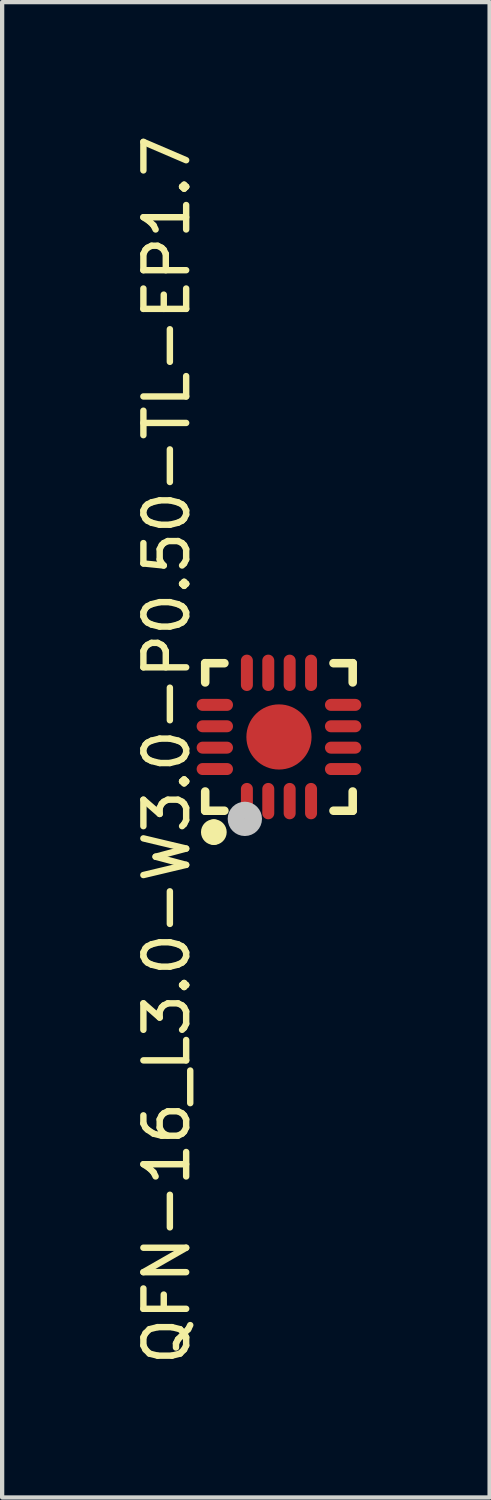
<source format=kicad_pcb>
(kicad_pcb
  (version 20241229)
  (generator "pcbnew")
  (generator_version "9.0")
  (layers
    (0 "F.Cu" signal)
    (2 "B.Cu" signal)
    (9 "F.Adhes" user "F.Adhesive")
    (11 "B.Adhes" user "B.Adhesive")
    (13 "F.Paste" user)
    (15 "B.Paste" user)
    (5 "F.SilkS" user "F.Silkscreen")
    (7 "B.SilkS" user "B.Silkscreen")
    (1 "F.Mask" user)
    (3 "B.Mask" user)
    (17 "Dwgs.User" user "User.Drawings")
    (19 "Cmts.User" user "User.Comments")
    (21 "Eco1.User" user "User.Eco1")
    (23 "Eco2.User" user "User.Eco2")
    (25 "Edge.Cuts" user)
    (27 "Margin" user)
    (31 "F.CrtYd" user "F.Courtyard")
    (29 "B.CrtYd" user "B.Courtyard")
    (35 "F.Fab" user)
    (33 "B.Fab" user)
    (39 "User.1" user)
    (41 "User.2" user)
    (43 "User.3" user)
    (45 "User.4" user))
  (footprint "QFN-16_L3.0-W3.0-P0.50-TL-EP1.7"
    (layer "F.Cu")
    (at 3.473 14.182)
    (property "Reference" "QFN-16_L3.0-W3.0-P0.50-TL-EP1.7" (at -2.625 0.3 90) (layer "F.SilkS") (effects (font (size 1 1) (thickness 0.15))))
    (fp_line (start -1.725 -1.725) (end -1.276 -1.725) (stroke (width 0.2) (type default)) (layer "F.SilkS"))
    (fp_line (start -1.725 -1.275) (end -1.725 -1.725) (stroke (width 0.2) (type default)) (layer "F.SilkS"))
    (fp_line (start -1.725 1.725) (end -1.725 1.275) (stroke (width 0.2) (type default)) (layer "F.SilkS"))
    (fp_line (start -1.276 1.725) (end -1.725 1.725) (stroke (width 0.2) (type default)) (layer "F.SilkS"))
    (fp_line (start 1.724 -1.725) (end 1.275 -1.725) (stroke (width 0.2) (type default)) (layer "F.SilkS"))
    (fp_line (start 1.724 -1.275) (end 1.724 -1.725) (stroke (width 0.2) (type default)) (layer "F.SilkS"))
    (fp_line (start 1.724 1.275) (end 1.724 1.725) (stroke (width 0.2) (type default)) (layer "F.SilkS"))
    (fp_line (start 1.724 1.725) (end 1.275 1.725) (stroke (width 0.2) (type default)) (layer "F.SilkS"))
    (fp_arc (start -1.523 2.375) (mid -1.672999 2.2255) (end -1.524 2.075) (stroke (width 0.3) (type default)) (layer "F.SilkS"))
    (fp_arc (start -1.5215 2.075) (mid -1.372994 2.22575) (end -1.523 2.375) (stroke (width 0.3) (type default)) (layer "F.SilkS"))
    (fp_poly (pts (xy -0.75 0.415) (xy -0.415 0.75) (xy 0.75 0.75) (xy 0.75 -0.75) (xy -0.75 -0.75)) (stroke (width 0) (type default)) (fill yes) (layer "F.Paste"))
    (fp_poly (pts (xy -1.925 -0.761) (xy -1.925 -0.754) (xy -1.925 -0.747) (xy -1.925 -0.739) (xy -1.923 -0.731) (xy -1.923 -0.724) (xy -1.921 -0.716) (xy -1.919 -0.709) (xy -1.916 -0.701) (xy -1.913 -0.694) (xy -1.91 -0.687) (xy -1.906 -0.68) (xy -1.902 -0.673) (xy -1.898 -0.667) (xy -1.893 -0.661) (xy -1.888 -0.655) (xy -1.883 -0.65) (xy -1.877 -0.644) (xy -1.871 -0.639) (xy -1.865 -0.635) (xy -1.859 -0.631) (xy -1.851 -0.627) (xy -1.845 -0.624) (xy -1.837 -0.621) (xy -1.831 -0.618) (xy -1.823 -0.616) (xy -1.815 -0.614) (xy -1.808 -0.612) (xy -1.8 -0.611) (xy -1.792 -0.611) (xy -1.785 -0.61) (xy -1.215 -0.61) (xy -1.208 -0.611) (xy -1.2 -0.611) (xy -1.192 -0.612) (xy -1.185 -0.614) (xy -1.177 -0.616) (xy -1.169 -0.618) (xy -1.163 -0.621) (xy -1.155 -0.624) (xy -1.149 -0.627) (xy -1.141 -0.631) (xy -1.135 -0.635) (xy -1.129 -0.639) (xy -1.123 -0.644) (xy -1.117 -0.65) (xy -1.112 -0.655) (xy -1.107 -0.661) (xy -1.102 -0.667) (xy -1.098 -0.673) (xy -1.093 -0.68) (xy -1.09 -0.687) (xy -1.087 -0.694) (xy -1.084 -0.701) (xy -1.081 -0.709) (xy -1.079 -0.716) (xy -1.077 -0.724) (xy -1.077 -0.731) (xy -1.075 -0.739) (xy -1.075 -0.747) (xy -1.075 -0.754) (xy -1.075 -0.761) (xy -1.077 -0.769) (xy -1.077 -0.777) (xy -1.079 -0.784) (xy -1.081 -0.792) (xy -1.084 -0.799) (xy -1.087 -0.806) (xy -1.09 -0.814) (xy -1.093 -0.82) (xy -1.098 -0.827) (xy -1.102 -0.833) (xy -1.107 -0.839) (xy -1.112 -0.845) (xy -1.117 -0.851) (xy -1.123 -0.856) (xy -1.129 -0.861) (xy -1.135 -0.866) (xy -1.141 -0.87) (xy -1.149 -0.874) (xy -1.155 -0.877) (xy -1.163 -0.88) (xy -1.169 -0.882) (xy -1.177 -0.885) (xy -1.185 -0.887) (xy -1.192 -0.888) (xy -1.2 -0.889) (xy -1.208 -0.89) (xy -1.215 -0.89) (xy -1.785 -0.89) (xy -1.792 -0.89) (xy -1.8 -0.889) (xy -1.808 -0.888) (xy -1.815 -0.887) (xy -1.823 -0.885) (xy -1.831 -0.882) (xy -1.837 -0.88) (xy -1.845 -0.877) (xy -1.851 -0.874) (xy -1.859 -0.87) (xy -1.865 -0.866) (xy -1.871 -0.861) (xy -1.877 -0.856) (xy -1.883 -0.851) (xy -1.888 -0.845) (xy -1.893 -0.839) (xy -1.898 -0.833) (xy -1.902 -0.827) (xy -1.906 -0.82) (xy -1.91 -0.814) (xy -1.913 -0.806) (xy -1.916 -0.799) (xy -1.919 -0.792) (xy -1.921 -0.784) (xy -1.923 -0.777) (xy -1.923 -0.769)) (stroke (width 0) (type default)) (fill yes) (layer "F.Paste"))
    (fp_poly (pts (xy -1.925 -0.262) (xy -1.925 -0.254) (xy -1.925 -0.246) (xy -1.925 -0.238) (xy -1.923 -0.231) (xy -1.923 -0.223) (xy -1.921 -0.215) (xy -1.919 -0.208) (xy -1.916 -0.201) (xy -1.913 -0.194) (xy -1.91 -0.187) (xy -1.906 -0.18) (xy -1.902 -0.173) (xy -1.898 -0.167) (xy -1.893 -0.161) (xy -1.888 -0.155) (xy -1.883 -0.149) (xy -1.877 -0.144) (xy -1.871 -0.14) (xy -1.865 -0.135) (xy -1.859 -0.131) (xy -1.851 -0.127) (xy -1.845 -0.123) (xy -1.837 -0.12) (xy -1.831 -0.117) (xy -1.823 -0.116) (xy -1.815 -0.114) (xy -1.808 -0.112) (xy -1.8 -0.111) (xy -1.792 -0.111) (xy -1.785 -0.11) (xy -1.215 -0.11) (xy -1.208 -0.111) (xy -1.2 -0.111) (xy -1.192 -0.112) (xy -1.185 -0.114) (xy -1.177 -0.116) (xy -1.169 -0.117) (xy -1.163 -0.12) (xy -1.155 -0.123) (xy -1.149 -0.127) (xy -1.141 -0.131) (xy -1.135 -0.135) (xy -1.129 -0.14) (xy -1.123 -0.144) (xy -1.117 -0.149) (xy -1.112 -0.155) (xy -1.107 -0.161) (xy -1.102 -0.167) (xy -1.098 -0.173) (xy -1.093 -0.18) (xy -1.09 -0.187) (xy -1.087 -0.194) (xy -1.084 -0.201) (xy -1.081 -0.208) (xy -1.079 -0.215) (xy -1.077 -0.223) (xy -1.077 -0.231) (xy -1.075 -0.238) (xy -1.075 -0.246) (xy -1.075 -0.254) (xy -1.075 -0.262) (xy -1.077 -0.27) (xy -1.077 -0.277) (xy -1.079 -0.284) (xy -1.081 -0.292) (xy -1.084 -0.299) (xy -1.087 -0.306) (xy -1.09 -0.314) (xy -1.093 -0.32) (xy -1.098 -0.327) (xy -1.102 -0.333) (xy -1.107 -0.339) (xy -1.112 -0.345) (xy -1.117 -0.35) (xy -1.123 -0.355) (xy -1.129 -0.36) (xy -1.135 -0.365) (xy -1.141 -0.369) (xy -1.149 -0.373) (xy -1.155 -0.377) (xy -1.163 -0.38) (xy -1.169 -0.383) (xy -1.177 -0.385) (xy -1.185 -0.387) (xy -1.192 -0.388) (xy -1.2 -0.389) (xy -1.208 -0.39) (xy -1.215 -0.39) (xy -1.785 -0.39) (xy -1.792 -0.39) (xy -1.8 -0.389) (xy -1.808 -0.388) (xy -1.815 -0.387) (xy -1.823 -0.385) (xy -1.831 -0.383) (xy -1.837 -0.38) (xy -1.845 -0.377) (xy -1.851 -0.373) (xy -1.859 -0.369) (xy -1.865 -0.365) (xy -1.871 -0.36) (xy -1.877 -0.355) (xy -1.883 -0.35) (xy -1.888 -0.345) (xy -1.893 -0.339) (xy -1.898 -0.333) (xy -1.902 -0.327) (xy -1.906 -0.32) (xy -1.91 -0.314) (xy -1.913 -0.306) (xy -1.916 -0.299) (xy -1.919 -0.292) (xy -1.921 -0.284) (xy -1.923 -0.277) (xy -1.923 -0.27)) (stroke (width 0) (type default)) (fill yes) (layer "F.Paste"))
    (fp_poly (pts (xy -1.925 0.238) (xy -1.925 0.246) (xy -1.925 0.254) (xy -1.925 0.262) (xy -1.923 0.269) (xy -1.923 0.277) (xy -1.921 0.284) (xy -1.919 0.291) (xy -1.916 0.299) (xy -1.913 0.306) (xy -1.91 0.313) (xy -1.906 0.32) (xy -1.902 0.327) (xy -1.898 0.333) (xy -1.893 0.339) (xy -1.888 0.344) (xy -1.883 0.35) (xy -1.877 0.355) (xy -1.871 0.36) (xy -1.865 0.365) (xy -1.859 0.369) (xy -1.851 0.373) (xy -1.845 0.377) (xy -1.837 0.38) (xy -1.831 0.382) (xy -1.823 0.385) (xy -1.815 0.387) (xy -1.808 0.388) (xy -1.8 0.389) (xy -1.792 0.39) (xy -1.785 0.39) (xy -1.215 0.39) (xy -1.208 0.39) (xy -1.2 0.389) (xy -1.192 0.388) (xy -1.185 0.387) (xy -1.177 0.385) (xy -1.169 0.382) (xy -1.163 0.38) (xy -1.155 0.377) (xy -1.149 0.373) (xy -1.141 0.369) (xy -1.135 0.365) (xy -1.129 0.36) (xy -1.123 0.355) (xy -1.117 0.35) (xy -1.112 0.344) (xy -1.107 0.339) (xy -1.102 0.333) (xy -1.098 0.327) (xy -1.093 0.32) (xy -1.09 0.313) (xy -1.087 0.306) (xy -1.084 0.299) (xy -1.081 0.291) (xy -1.079 0.284) (xy -1.077 0.277) (xy -1.077 0.269) (xy -1.075 0.262) (xy -1.075 0.254) (xy -1.075 0.246) (xy -1.075 0.238) (xy -1.077 0.231) (xy -1.077 0.223) (xy -1.079 0.215) (xy -1.081 0.208) (xy -1.084 0.201) (xy -1.087 0.194) (xy -1.09 0.186) (xy -1.093 0.18) (xy -1.098 0.173) (xy -1.102 0.167) (xy -1.107 0.161) (xy -1.112 0.155) (xy -1.117 0.149) (xy -1.123 0.144) (xy -1.129 0.14) (xy -1.135 0.135) (xy -1.141 0.131) (xy -1.149 0.127) (xy -1.155 0.123) (xy -1.163 0.12) (xy -1.169 0.117) (xy -1.177 0.115) (xy -1.185 0.113) (xy -1.192 0.112) (xy -1.2 0.111) (xy -1.208 0.11) (xy -1.215 0.11) (xy -1.785 0.11) (xy -1.792 0.11) (xy -1.8 0.111) (xy -1.808 0.112) (xy -1.815 0.113) (xy -1.823 0.115) (xy -1.831 0.117) (xy -1.837 0.12) (xy -1.845 0.123) (xy -1.851 0.127) (xy -1.859 0.131) (xy -1.865 0.135) (xy -1.871 0.14) (xy -1.877 0.144) (xy -1.883 0.149) (xy -1.888 0.155) (xy -1.893 0.161) (xy -1.898 0.167) (xy -1.902 0.173) (xy -1.906 0.18) (xy -1.91 0.186) (xy -1.913 0.194) (xy -1.916 0.201) (xy -1.919 0.208) (xy -1.921 0.215) (xy -1.923 0.223) (xy -1.923 0.231)) (stroke (width 0) (type default)) (fill yes) (layer "F.Paste"))
    (fp_poly (pts (xy -1.925 0.739) (xy -1.925 0.746) (xy -1.925 0.754) (xy -1.925 0.761) (xy -1.923 0.769) (xy -1.923 0.777) (xy -1.921 0.784) (xy -1.919 0.791) (xy -1.916 0.799) (xy -1.913 0.806) (xy -1.91 0.813) (xy -1.906 0.82) (xy -1.902 0.827) (xy -1.898 0.833) (xy -1.893 0.839) (xy -1.888 0.845) (xy -1.883 0.851) (xy -1.877 0.856) (xy -1.871 0.861) (xy -1.865 0.865) (xy -1.859 0.869) (xy -1.851 0.873) (xy -1.845 0.876) (xy -1.837 0.879) (xy -1.831 0.882) (xy -1.823 0.884) (xy -1.815 0.886) (xy -1.808 0.888) (xy -1.8 0.889) (xy -1.792 0.889) (xy -1.785 0.89) (xy -1.215 0.89) (xy -1.208 0.889) (xy -1.2 0.889) (xy -1.192 0.888) (xy -1.185 0.886) (xy -1.177 0.884) (xy -1.169 0.882) (xy -1.163 0.879) (xy -1.155 0.876) (xy -1.149 0.873) (xy -1.141 0.869) (xy -1.135 0.865) (xy -1.129 0.861) (xy -1.123 0.856) (xy -1.117 0.851) (xy -1.112 0.845) (xy -1.107 0.839) (xy -1.102 0.833) (xy -1.098 0.827) (xy -1.093 0.82) (xy -1.09 0.813) (xy -1.087 0.806) (xy -1.084 0.799) (xy -1.081 0.791) (xy -1.079 0.784) (xy -1.077 0.777) (xy -1.077 0.769) (xy -1.075 0.761) (xy -1.075 0.754) (xy -1.075 0.746) (xy -1.075 0.739) (xy -1.077 0.731) (xy -1.077 0.723) (xy -1.079 0.716) (xy -1.081 0.708) (xy -1.084 0.701) (xy -1.087 0.694) (xy -1.09 0.686) (xy -1.093 0.68) (xy -1.098 0.673) (xy -1.102 0.667) (xy -1.107 0.661) (xy -1.112 0.655) (xy -1.117 0.649) (xy -1.123 0.644) (xy -1.129 0.639) (xy -1.135 0.635) (xy -1.141 0.63) (xy -1.149 0.627) (xy -1.155 0.624) (xy -1.163 0.62) (xy -1.169 0.618) (xy -1.177 0.615) (xy -1.185 0.614) (xy -1.192 0.612) (xy -1.2 0.611) (xy -1.208 0.61) (xy -1.215 0.61) (xy -1.785 0.61) (xy -1.792 0.61) (xy -1.8 0.611) (xy -1.808 0.612) (xy -1.815 0.614) (xy -1.823 0.615) (xy -1.831 0.618) (xy -1.837 0.62) (xy -1.845 0.624) (xy -1.851 0.627) (xy -1.859 0.63) (xy -1.865 0.635) (xy -1.871 0.639) (xy -1.877 0.644) (xy -1.883 0.649) (xy -1.888 0.655) (xy -1.893 0.661) (xy -1.898 0.667) (xy -1.902 0.673) (xy -1.906 0.68) (xy -1.91 0.686) (xy -1.913 0.694) (xy -1.916 0.701) (xy -1.919 0.708) (xy -1.921 0.716) (xy -1.923 0.723) (xy -1.923 0.731)) (stroke (width 0) (type default)) (fill yes) (layer "F.Paste"))
    (fp_poly (pts (xy -0.89 -1.208) (xy -0.889 -1.2) (xy -0.888 -1.192) (xy -0.887 -1.185) (xy -0.885 -1.177) (xy -0.882 -1.169) (xy -0.88 -1.163) (xy -0.877 -1.155) (xy -0.874 -1.149) (xy -0.87 -1.141) (xy -0.866 -1.135) (xy -0.861 -1.129) (xy -0.856 -1.123) (xy -0.851 -1.117) (xy -0.845 -1.112) (xy -0.839 -1.107) (xy -0.833 -1.102) (xy -0.827 -1.098) (xy -0.82 -1.093) (xy -0.814 -1.09) (xy -0.806 -1.087) (xy -0.799 -1.084) (xy -0.792 -1.081) (xy -0.784 -1.079) (xy -0.777 -1.077) (xy -0.769 -1.077) (xy -0.761 -1.075) (xy -0.754 -1.075) (xy -0.747 -1.075) (xy -0.739 -1.075) (xy -0.731 -1.077) (xy -0.724 -1.077) (xy -0.716 -1.079) (xy -0.709 -1.081) (xy -0.701 -1.084) (xy -0.694 -1.087) (xy -0.687 -1.09) (xy -0.68 -1.093) (xy -0.673 -1.098) (xy -0.667 -1.102) (xy -0.661 -1.107) (xy -0.655 -1.112) (xy -0.65 -1.117) (xy -0.644 -1.123) (xy -0.639 -1.129) (xy -0.635 -1.135) (xy -0.631 -1.141) (xy -0.627 -1.149) (xy -0.624 -1.155) (xy -0.621 -1.163) (xy -0.618 -1.169) (xy -0.616 -1.177) (xy -0.614 -1.185) (xy -0.612 -1.192) (xy -0.611 -1.2) (xy -0.611 -1.208) (xy -0.61 -1.215) (xy -0.61 -1.785) (xy -0.611 -1.792) (xy -0.611 -1.8) (xy -0.612 -1.808) (xy -0.614 -1.815) (xy -0.616 -1.823) (xy -0.618 -1.831) (xy -0.621 -1.837) (xy -0.624 -1.845) (xy -0.627 -1.851) (xy -0.631 -1.859) (xy -0.635 -1.865) (xy -0.639 -1.871) (xy -0.644 -1.877) (xy -0.65 -1.883) (xy -0.655 -1.888) (xy -0.661 -1.893) (xy -0.667 -1.898) (xy -0.673 -1.902) (xy -0.68 -1.907) (xy -0.687 -1.91) (xy -0.694 -1.913) (xy -0.701 -1.916) (xy -0.709 -1.919) (xy -0.716 -1.921) (xy -0.724 -1.923) (xy -0.731 -1.923) (xy -0.739 -1.925) (xy -0.747 -1.925) (xy -0.754 -1.925) (xy -0.761 -1.925) (xy -0.769 -1.923) (xy -0.777 -1.923) (xy -0.784 -1.921) (xy -0.792 -1.919) (xy -0.799 -1.916) (xy -0.806 -1.913) (xy -0.814 -1.91) (xy -0.82 -1.907) (xy -0.827 -1.902) (xy -0.833 -1.898) (xy -0.839 -1.893) (xy -0.845 -1.888) (xy -0.851 -1.883) (xy -0.856 -1.877) (xy -0.861 -1.871) (xy -0.866 -1.865) (xy -0.87 -1.859) (xy -0.874 -1.851) (xy -0.877 -1.845) (xy -0.88 -1.837) (xy -0.882 -1.831) (xy -0.885 -1.823) (xy -0.887 -1.815) (xy -0.888 -1.808) (xy -0.889 -1.8) (xy -0.89 -1.792) (xy -0.89 -1.785) (xy -0.89 -1.215)) (stroke (width 0) (type default)) (fill yes) (layer "F.Paste"))
    (fp_poly (pts (xy -0.89 1.792) (xy -0.889 1.8) (xy -0.888 1.808) (xy -0.887 1.815) (xy -0.885 1.823) (xy -0.882 1.831) (xy -0.88 1.837) (xy -0.877 1.845) (xy -0.874 1.851) (xy -0.87 1.859) (xy -0.866 1.865) (xy -0.861 1.871) (xy -0.856 1.877) (xy -0.851 1.883) (xy -0.845 1.888) (xy -0.839 1.893) (xy -0.833 1.898) (xy -0.827 1.902) (xy -0.82 1.906) (xy -0.814 1.91) (xy -0.806 1.913) (xy -0.799 1.916) (xy -0.792 1.919) (xy -0.784 1.921) (xy -0.777 1.923) (xy -0.769 1.923) (xy -0.761 1.925) (xy -0.754 1.925) (xy -0.747 1.925) (xy -0.739 1.925) (xy -0.731 1.923) (xy -0.724 1.923) (xy -0.716 1.921) (xy -0.709 1.919) (xy -0.701 1.916) (xy -0.694 1.913) (xy -0.687 1.91) (xy -0.68 1.906) (xy -0.673 1.902) (xy -0.667 1.898) (xy -0.661 1.893) (xy -0.655 1.888) (xy -0.65 1.883) (xy -0.644 1.877) (xy -0.639 1.871) (xy -0.635 1.865) (xy -0.631 1.859) (xy -0.627 1.851) (xy -0.624 1.845) (xy -0.621 1.837) (xy -0.618 1.831) (xy -0.616 1.823) (xy -0.614 1.815) (xy -0.612 1.808) (xy -0.611 1.8) (xy -0.611 1.792) (xy -0.61 1.785) (xy -0.61 1.215) (xy -0.611 1.208) (xy -0.611 1.2) (xy -0.612 1.192) (xy -0.614 1.185) (xy -0.616 1.177) (xy -0.618 1.169) (xy -0.621 1.163) (xy -0.624 1.155) (xy -0.627 1.149) (xy -0.631 1.141) (xy -0.635 1.135) (xy -0.639 1.129) (xy -0.644 1.123) (xy -0.65 1.117) (xy -0.655 1.112) (xy -0.661 1.107) (xy -0.667 1.102) (xy -0.673 1.098) (xy -0.68 1.093) (xy -0.687 1.09) (xy -0.694 1.087) (xy -0.701 1.084) (xy -0.709 1.081) (xy -0.716 1.079) (xy -0.724 1.077) (xy -0.731 1.077) (xy -0.739 1.075) (xy -0.747 1.075) (xy -0.754 1.075) (xy -0.761 1.075) (xy -0.769 1.077) (xy -0.777 1.077) (xy -0.784 1.079) (xy -0.792 1.081) (xy -0.799 1.084) (xy -0.806 1.087) (xy -0.814 1.09) (xy -0.82 1.093) (xy -0.827 1.098) (xy -0.833 1.102) (xy -0.839 1.107) (xy -0.845 1.112) (xy -0.851 1.117) (xy -0.856 1.123) (xy -0.861 1.129) (xy -0.866 1.135) (xy -0.87 1.141) (xy -0.874 1.149) (xy -0.877 1.155) (xy -0.88 1.163) (xy -0.882 1.169) (xy -0.885 1.177) (xy -0.887 1.185) (xy -0.888 1.192) (xy -0.889 1.2) (xy -0.89 1.208) (xy -0.89 1.215) (xy -0.89 1.785)) (stroke (width 0) (type default)) (fill yes) (layer "F.Paste"))
    (fp_poly (pts (xy -0.39 -1.208) (xy -0.389 -1.2) (xy -0.388 -1.192) (xy -0.387 -1.185) (xy -0.385 -1.177) (xy -0.383 -1.169) (xy -0.38 -1.163) (xy -0.377 -1.155) (xy -0.373 -1.149) (xy -0.369 -1.141) (xy -0.365 -1.135) (xy -0.36 -1.129) (xy -0.355 -1.123) (xy -0.35 -1.117) (xy -0.345 -1.112) (xy -0.339 -1.107) (xy -0.333 -1.102) (xy -0.327 -1.098) (xy -0.32 -1.093) (xy -0.314 -1.09) (xy -0.306 -1.087) (xy -0.299 -1.084) (xy -0.292 -1.081) (xy -0.284 -1.079) (xy -0.277 -1.077) (xy -0.27 -1.077) (xy -0.262 -1.075) (xy -0.254 -1.075) (xy -0.246 -1.075) (xy -0.238 -1.075) (xy -0.231 -1.077) (xy -0.223 -1.077) (xy -0.215 -1.079) (xy -0.208 -1.081) (xy -0.201 -1.084) (xy -0.194 -1.087) (xy -0.187 -1.09) (xy -0.18 -1.093) (xy -0.173 -1.098) (xy -0.167 -1.102) (xy -0.161 -1.107) (xy -0.155 -1.112) (xy -0.149 -1.117) (xy -0.144 -1.123) (xy -0.14 -1.129) (xy -0.135 -1.135) (xy -0.131 -1.141) (xy -0.127 -1.149) (xy -0.123 -1.155) (xy -0.12 -1.163) (xy -0.117 -1.169) (xy -0.116 -1.177) (xy -0.114 -1.185) (xy -0.112 -1.192) (xy -0.111 -1.2) (xy -0.111 -1.208) (xy -0.11 -1.215) (xy -0.11 -1.785) (xy -0.111 -1.792) (xy -0.111 -1.8) (xy -0.112 -1.808) (xy -0.114 -1.815) (xy -0.116 -1.823) (xy -0.117 -1.831) (xy -0.12 -1.837) (xy -0.123 -1.845) (xy -0.127 -1.851) (xy -0.131 -1.859) (xy -0.135 -1.865) (xy -0.14 -1.871) (xy -0.144 -1.877) (xy -0.149 -1.883) (xy -0.155 -1.888) (xy -0.161 -1.893) (xy -0.167 -1.898) (xy -0.173 -1.902) (xy -0.18 -1.907) (xy -0.187 -1.91) (xy -0.194 -1.913) (xy -0.201 -1.916) (xy -0.208 -1.919) (xy -0.215 -1.921) (xy -0.223 -1.923) (xy -0.231 -1.923) (xy -0.238 -1.925) (xy -0.246 -1.925) (xy -0.254 -1.925) (xy -0.262 -1.925) (xy -0.27 -1.923) (xy -0.277 -1.923) (xy -0.284 -1.921) (xy -0.292 -1.919) (xy -0.299 -1.916) (xy -0.306 -1.913) (xy -0.314 -1.91) (xy -0.32 -1.907) (xy -0.327 -1.902) (xy -0.333 -1.898) (xy -0.339 -1.893) (xy -0.345 -1.888) (xy -0.35 -1.883) (xy -0.355 -1.877) (xy -0.36 -1.871) (xy -0.365 -1.865) (xy -0.369 -1.859) (xy -0.373 -1.851) (xy -0.377 -1.845) (xy -0.38 -1.837) (xy -0.383 -1.831) (xy -0.385 -1.823) (xy -0.387 -1.815) (xy -0.388 -1.808) (xy -0.389 -1.8) (xy -0.39 -1.792) (xy -0.39 -1.785) (xy -0.39 -1.215)) (stroke (width 0) (type default)) (fill yes) (layer "F.Paste"))
    (fp_poly (pts (xy -0.39 1.792) (xy -0.389 1.8) (xy -0.388 1.808) (xy -0.387 1.815) (xy -0.385 1.823) (xy -0.383 1.831) (xy -0.38 1.837) (xy -0.377 1.845) (xy -0.373 1.851) (xy -0.369 1.859) (xy -0.365 1.865) (xy -0.36 1.871) (xy -0.355 1.877) (xy -0.35 1.883) (xy -0.345 1.888) (xy -0.339 1.893) (xy -0.333 1.898) (xy -0.327 1.902) (xy -0.32 1.906) (xy -0.314 1.91) (xy -0.306 1.913) (xy -0.299 1.916) (xy -0.292 1.919) (xy -0.284 1.921) (xy -0.277 1.923) (xy -0.27 1.923) (xy -0.262 1.925) (xy -0.254 1.925) (xy -0.246 1.925) (xy -0.238 1.925) (xy -0.231 1.923) (xy -0.223 1.923) (xy -0.215 1.921) (xy -0.208 1.919) (xy -0.201 1.916) (xy -0.194 1.913) (xy -0.187 1.91) (xy -0.18 1.906) (xy -0.173 1.902) (xy -0.167 1.898) (xy -0.161 1.893) (xy -0.155 1.888) (xy -0.149 1.883) (xy -0.144 1.877) (xy -0.14 1.871) (xy -0.135 1.865) (xy -0.131 1.859) (xy -0.127 1.851) (xy -0.123 1.845) (xy -0.12 1.837) (xy -0.117 1.831) (xy -0.116 1.823) (xy -0.114 1.815) (xy -0.112 1.808) (xy -0.111 1.8) (xy -0.111 1.792) (xy -0.11 1.785) (xy -0.11 1.215) (xy -0.111 1.208) (xy -0.111 1.2) (xy -0.112 1.192) (xy -0.114 1.185) (xy -0.116 1.177) (xy -0.117 1.169) (xy -0.12 1.163) (xy -0.123 1.155) (xy -0.127 1.149) (xy -0.131 1.141) (xy -0.135 1.135) (xy -0.14 1.129) (xy -0.144 1.123) (xy -0.149 1.117) (xy -0.155 1.112) (xy -0.161 1.107) (xy -0.167 1.102) (xy -0.173 1.098) (xy -0.18 1.093) (xy -0.187 1.09) (xy -0.194 1.087) (xy -0.201 1.084) (xy -0.208 1.081) (xy -0.215 1.079) (xy -0.223 1.077) (xy -0.231 1.077) (xy -0.238 1.075) (xy -0.246 1.075) (xy -0.254 1.075) (xy -0.262 1.075) (xy -0.27 1.077) (xy -0.277 1.077) (xy -0.284 1.079) (xy -0.292 1.081) (xy -0.299 1.084) (xy -0.306 1.087) (xy -0.314 1.09) (xy -0.32 1.093) (xy -0.327 1.098) (xy -0.333 1.102) (xy -0.339 1.107) (xy -0.345 1.112) (xy -0.35 1.117) (xy -0.355 1.123) (xy -0.36 1.129) (xy -0.365 1.135) (xy -0.369 1.141) (xy -0.373 1.149) (xy -0.377 1.155) (xy -0.38 1.163) (xy -0.383 1.169) (xy -0.385 1.177) (xy -0.387 1.185) (xy -0.388 1.192) (xy -0.389 1.2) (xy -0.39 1.208) (xy -0.39 1.215) (xy -0.39 1.785)) (stroke (width 0) (type default)) (fill yes) (layer "F.Paste"))
    (fp_poly (pts (xy 0.11 -1.208) (xy 0.111 -1.2) (xy 0.112 -1.192) (xy 0.113 -1.185) (xy 0.115 -1.177) (xy 0.117 -1.169) (xy 0.12 -1.163) (xy 0.123 -1.155) (xy 0.127 -1.149) (xy 0.131 -1.141) (xy 0.135 -1.135) (xy 0.14 -1.129) (xy 0.144 -1.123) (xy 0.149 -1.117) (xy 0.155 -1.112) (xy 0.161 -1.107) (xy 0.167 -1.102) (xy 0.173 -1.098) (xy 0.18 -1.093) (xy 0.186 -1.09) (xy 0.194 -1.087) (xy 0.201 -1.084) (xy 0.208 -1.081) (xy 0.215 -1.079) (xy 0.223 -1.077) (xy 0.231 -1.077) (xy 0.238 -1.075) (xy 0.246 -1.075) (xy 0.254 -1.075) (xy 0.262 -1.075) (xy 0.269 -1.077) (xy 0.277 -1.077) (xy 0.284 -1.079) (xy 0.291 -1.081) (xy 0.299 -1.084) (xy 0.306 -1.087) (xy 0.313 -1.09) (xy 0.32 -1.093) (xy 0.327 -1.098) (xy 0.333 -1.102) (xy 0.339 -1.107) (xy 0.344 -1.112) (xy 0.35 -1.117) (xy 0.355 -1.123) (xy 0.36 -1.129) (xy 0.365 -1.135) (xy 0.369 -1.141) (xy 0.373 -1.149) (xy 0.377 -1.155) (xy 0.38 -1.163) (xy 0.382 -1.169) (xy 0.385 -1.177) (xy 0.387 -1.185) (xy 0.388 -1.192) (xy 0.389 -1.2) (xy 0.39 -1.208) (xy 0.39 -1.215) (xy 0.39 -1.785) (xy 0.39 -1.792) (xy 0.389 -1.8) (xy 0.388 -1.808) (xy 0.387 -1.815) (xy 0.385 -1.823) (xy 0.382 -1.831) (xy 0.38 -1.837) (xy 0.377 -1.845) (xy 0.373 -1.851) (xy 0.369 -1.859) (xy 0.365 -1.865) (xy 0.36 -1.871) (xy 0.355 -1.877) (xy 0.35 -1.883) (xy 0.344 -1.888) (xy 0.339 -1.893) (xy 0.333 -1.898) (xy 0.327 -1.902) (xy 0.32 -1.907) (xy 0.313 -1.91) (xy 0.306 -1.913) (xy 0.299 -1.916) (xy 0.291 -1.919) (xy 0.284 -1.921) (xy 0.277 -1.923) (xy 0.269 -1.923) (xy 0.262 -1.925) (xy 0.254 -1.925) (xy 0.246 -1.925) (xy 0.238 -1.925) (xy 0.231 -1.923) (xy 0.223 -1.923) (xy 0.215 -1.921) (xy 0.208 -1.919) (xy 0.201 -1.916) (xy 0.194 -1.913) (xy 0.186 -1.91) (xy 0.18 -1.907) (xy 0.173 -1.902) (xy 0.167 -1.898) (xy 0.161 -1.893) (xy 0.155 -1.888) (xy 0.149 -1.883) (xy 0.144 -1.877) (xy 0.14 -1.871) (xy 0.135 -1.865) (xy 0.131 -1.859) (xy 0.127 -1.851) (xy 0.123 -1.845) (xy 0.12 -1.837) (xy 0.117 -1.831) (xy 0.115 -1.823) (xy 0.113 -1.815) (xy 0.112 -1.808) (xy 0.111 -1.8) (xy 0.11 -1.792) (xy 0.11 -1.785) (xy 0.11 -1.215)) (stroke (width 0) (type default)) (fill yes) (layer "F.Paste"))
    (fp_poly (pts (xy 0.11 1.792) (xy 0.111 1.8) (xy 0.112 1.808) (xy 0.113 1.815) (xy 0.115 1.823) (xy 0.117 1.831) (xy 0.12 1.837) (xy 0.123 1.845) (xy 0.127 1.851) (xy 0.131 1.859) (xy 0.135 1.865) (xy 0.14 1.871) (xy 0.144 1.877) (xy 0.149 1.883) (xy 0.155 1.888) (xy 0.161 1.893) (xy 0.167 1.898) (xy 0.173 1.902) (xy 0.18 1.906) (xy 0.186 1.91) (xy 0.194 1.913) (xy 0.201 1.916) (xy 0.208 1.919) (xy 0.215 1.921) (xy 0.223 1.923) (xy 0.231 1.923) (xy 0.238 1.925) (xy 0.246 1.925) (xy 0.254 1.925) (xy 0.262 1.925) (xy 0.269 1.923) (xy 0.277 1.923) (xy 0.284 1.921) (xy 0.291 1.919) (xy 0.299 1.916) (xy 0.306 1.913) (xy 0.313 1.91) (xy 0.32 1.906) (xy 0.327 1.902) (xy 0.333 1.898) (xy 0.339 1.893) (xy 0.344 1.888) (xy 0.35 1.883) (xy 0.355 1.877) (xy 0.36 1.871) (xy 0.365 1.865) (xy 0.369 1.859) (xy 0.373 1.851) (xy 0.377 1.845) (xy 0.38 1.837) (xy 0.382 1.831) (xy 0.385 1.823) (xy 0.387 1.815) (xy 0.388 1.808) (xy 0.389 1.8) (xy 0.39 1.792) (xy 0.39 1.785) (xy 0.39 1.215) (xy 0.39 1.208) (xy 0.389 1.2) (xy 0.388 1.192) (xy 0.387 1.185) (xy 0.385 1.177) (xy 0.382 1.169) (xy 0.38 1.163) (xy 0.377 1.155) (xy 0.373 1.149) (xy 0.369 1.141) (xy 0.365 1.135) (xy 0.36 1.129) (xy 0.355 1.123) (xy 0.35 1.117) (xy 0.344 1.112) (xy 0.339 1.107) (xy 0.333 1.102) (xy 0.327 1.098) (xy 0.32 1.093) (xy 0.313 1.09) (xy 0.306 1.087) (xy 0.299 1.084) (xy 0.291 1.081) (xy 0.284 1.079) (xy 0.277 1.077) (xy 0.269 1.077) (xy 0.262 1.075) (xy 0.254 1.075) (xy 0.246 1.075) (xy 0.238 1.075) (xy 0.231 1.077) (xy 0.223 1.077) (xy 0.215 1.079) (xy 0.208 1.081) (xy 0.201 1.084) (xy 0.194 1.087) (xy 0.186 1.09) (xy 0.18 1.093) (xy 0.173 1.098) (xy 0.167 1.102) (xy 0.161 1.107) (xy 0.155 1.112) (xy 0.149 1.117) (xy 0.144 1.123) (xy 0.14 1.129) (xy 0.135 1.135) (xy 0.131 1.141) (xy 0.127 1.149) (xy 0.123 1.155) (xy 0.12 1.163) (xy 0.117 1.169) (xy 0.115 1.177) (xy 0.113 1.185) (xy 0.112 1.192) (xy 0.111 1.2) (xy 0.11 1.208) (xy 0.11 1.215) (xy 0.11 1.785)) (stroke (width 0) (type default)) (fill yes) (layer "F.Paste"))
    (fp_poly (pts (xy 0.61 -1.208) (xy 0.611 -1.2) (xy 0.612 -1.192) (xy 0.614 -1.185) (xy 0.615 -1.177) (xy 0.618 -1.169) (xy 0.62 -1.163) (xy 0.624 -1.155) (xy 0.627 -1.149) (xy 0.63 -1.141) (xy 0.635 -1.135) (xy 0.639 -1.129) (xy 0.644 -1.123) (xy 0.649 -1.117) (xy 0.655 -1.112) (xy 0.661 -1.107) (xy 0.667 -1.102) (xy 0.673 -1.098) (xy 0.68 -1.093) (xy 0.686 -1.09) (xy 0.694 -1.087) (xy 0.701 -1.084) (xy 0.708 -1.081) (xy 0.716 -1.079) (xy 0.723 -1.077) (xy 0.731 -1.077) (xy 0.739 -1.075) (xy 0.746 -1.075) (xy 0.754 -1.075) (xy 0.761 -1.075) (xy 0.769 -1.077) (xy 0.777 -1.077) (xy 0.784 -1.079) (xy 0.791 -1.081) (xy 0.799 -1.084) (xy 0.806 -1.087) (xy 0.813 -1.09) (xy 0.82 -1.093) (xy 0.827 -1.098) (xy 0.833 -1.102) (xy 0.839 -1.107) (xy 0.845 -1.112) (xy 0.851 -1.117) (xy 0.856 -1.123) (xy 0.861 -1.129) (xy 0.865 -1.135) (xy 0.869 -1.141) (xy 0.873 -1.149) (xy 0.876 -1.155) (xy 0.879 -1.163) (xy 0.882 -1.169) (xy 0.884 -1.177) (xy 0.886 -1.185) (xy 0.888 -1.192) (xy 0.889 -1.2) (xy 0.889 -1.208) (xy 0.89 -1.215) (xy 0.89 -1.785) (xy 0.889 -1.792) (xy 0.889 -1.8) (xy 0.888 -1.808) (xy 0.886 -1.815) (xy 0.884 -1.823) (xy 0.882 -1.831) (xy 0.879 -1.837) (xy 0.876 -1.845) (xy 0.873 -1.851) (xy 0.869 -1.859) (xy 0.865 -1.865) (xy 0.861 -1.871) (xy 0.856 -1.877) (xy 0.851 -1.883) (xy 0.845 -1.888) (xy 0.839 -1.893) (xy 0.833 -1.898) (xy 0.827 -1.902) (xy 0.82 -1.907) (xy 0.813 -1.91) (xy 0.806 -1.913) (xy 0.799 -1.916) (xy 0.791 -1.919) (xy 0.784 -1.921) (xy 0.777 -1.923) (xy 0.769 -1.923) (xy 0.761 -1.925) (xy 0.754 -1.925) (xy 0.746 -1.925) (xy 0.739 -1.925) (xy 0.731 -1.923) (xy 0.723 -1.923) (xy 0.716 -1.921) (xy 0.708 -1.919) (xy 0.701 -1.916) (xy 0.694 -1.913) (xy 0.686 -1.91) (xy 0.68 -1.907) (xy 0.673 -1.902) (xy 0.667 -1.898) (xy 0.661 -1.893) (xy 0.655 -1.888) (xy 0.649 -1.883) (xy 0.644 -1.877) (xy 0.639 -1.871) (xy 0.635 -1.865) (xy 0.63 -1.859) (xy 0.627 -1.851) (xy 0.624 -1.845) (xy 0.62 -1.837) (xy 0.618 -1.831) (xy 0.615 -1.823) (xy 0.614 -1.815) (xy 0.612 -1.808) (xy 0.611 -1.8) (xy 0.61 -1.792) (xy 0.61 -1.785) (xy 0.61 -1.215)) (stroke (width 0) (type default)) (fill yes) (layer "F.Paste"))
    (fp_poly (pts (xy 0.61 1.792) (xy 0.611 1.8) (xy 0.612 1.808) (xy 0.614 1.815) (xy 0.615 1.823) (xy 0.618 1.831) (xy 0.62 1.837) (xy 0.624 1.845) (xy 0.627 1.851) (xy 0.63 1.859) (xy 0.635 1.865) (xy 0.639 1.871) (xy 0.644 1.877) (xy 0.649 1.883) (xy 0.655 1.888) (xy 0.661 1.893) (xy 0.667 1.898) (xy 0.673 1.902) (xy 0.68 1.906) (xy 0.686 1.91) (xy 0.694 1.913) (xy 0.701 1.916) (xy 0.708 1.919) (xy 0.716 1.921) (xy 0.723 1.923) (xy 0.731 1.923) (xy 0.739 1.925) (xy 0.746 1.925) (xy 0.754 1.925) (xy 0.761 1.925) (xy 0.769 1.923) (xy 0.777 1.923) (xy 0.784 1.921) (xy 0.791 1.919) (xy 0.799 1.916) (xy 0.806 1.913) (xy 0.813 1.91) (xy 0.82 1.906) (xy 0.827 1.902) (xy 0.833 1.898) (xy 0.839 1.893) (xy 0.845 1.888) (xy 0.851 1.883) (xy 0.856 1.877) (xy 0.861 1.871) (xy 0.865 1.865) (xy 0.869 1.859) (xy 0.873 1.851) (xy 0.876 1.845) (xy 0.879 1.837) (xy 0.882 1.831) (xy 0.884 1.823) (xy 0.886 1.815) (xy 0.888 1.808) (xy 0.889 1.8) (xy 0.889 1.792) (xy 0.89 1.785) (xy 0.89 1.215) (xy 0.889 1.208) (xy 0.889 1.2) (xy 0.888 1.192) (xy 0.886 1.185) (xy 0.884 1.177) (xy 0.882 1.169) (xy 0.879 1.163) (xy 0.876 1.155) (xy 0.873 1.149) (xy 0.869 1.141) (xy 0.865 1.135) (xy 0.861 1.129) (xy 0.856 1.123) (xy 0.851 1.117) (xy 0.845 1.112) (xy 0.839 1.107) (xy 0.833 1.102) (xy 0.827 1.098) (xy 0.82 1.093) (xy 0.813 1.09) (xy 0.806 1.087) (xy 0.799 1.084) (xy 0.791 1.081) (xy 0.784 1.079) (xy 0.777 1.077) (xy 0.769 1.077) (xy 0.761 1.075) (xy 0.754 1.075) (xy 0.746 1.075) (xy 0.739 1.075) (xy 0.731 1.077) (xy 0.723 1.077) (xy 0.716 1.079) (xy 0.708 1.081) (xy 0.701 1.084) (xy 0.694 1.087) (xy 0.686 1.09) (xy 0.68 1.093) (xy 0.673 1.098) (xy 0.667 1.102) (xy 0.661 1.107) (xy 0.655 1.112) (xy 0.649 1.117) (xy 0.644 1.123) (xy 0.639 1.129) (xy 0.635 1.135) (xy 0.63 1.141) (xy 0.627 1.149) (xy 0.624 1.155) (xy 0.62 1.163) (xy 0.618 1.169) (xy 0.615 1.177) (xy 0.614 1.185) (xy 0.612 1.192) (xy 0.611 1.2) (xy 0.61 1.208) (xy 0.61 1.215) (xy 0.61 1.785)) (stroke (width 0) (type default)) (fill yes) (layer "F.Paste"))
    (fp_poly (pts (xy 1.075 -0.761) (xy 1.075 -0.754) (xy 1.075 -0.747) (xy 1.075 -0.739) (xy 1.077 -0.731) (xy 1.077 -0.724) (xy 1.079 -0.716) (xy 1.081 -0.709) (xy 1.084 -0.701) (xy 1.087 -0.694) (xy 1.09 -0.687) (xy 1.093 -0.68) (xy 1.098 -0.673) (xy 1.102 -0.667) (xy 1.107 -0.661) (xy 1.112 -0.655) (xy 1.117 -0.65) (xy 1.123 -0.644) (xy 1.129 -0.639) (xy 1.135 -0.635) (xy 1.141 -0.631) (xy 1.149 -0.627) (xy 1.155 -0.624) (xy 1.163 -0.621) (xy 1.169 -0.618) (xy 1.177 -0.616) (xy 1.185 -0.614) (xy 1.192 -0.612) (xy 1.2 -0.611) (xy 1.208 -0.611) (xy 1.215 -0.61) (xy 1.785 -0.61) (xy 1.792 -0.611) (xy 1.8 -0.611) (xy 1.808 -0.612) (xy 1.815 -0.614) (xy 1.823 -0.616) (xy 1.831 -0.618) (xy 1.837 -0.621) (xy 1.845 -0.624) (xy 1.851 -0.627) (xy 1.859 -0.631) (xy 1.865 -0.635) (xy 1.871 -0.639) (xy 1.877 -0.644) (xy 1.883 -0.65) (xy 1.888 -0.655) (xy 1.893 -0.661) (xy 1.898 -0.667) (xy 1.902 -0.673) (xy 1.907 -0.68) (xy 1.91 -0.687) (xy 1.913 -0.694) (xy 1.916 -0.701) (xy 1.919 -0.709) (xy 1.921 -0.716) (xy 1.923 -0.724) (xy 1.923 -0.731) (xy 1.925 -0.739) (xy 1.925 -0.747) (xy 1.925 -0.754) (xy 1.925 -0.761) (xy 1.923 -0.769) (xy 1.923 -0.777) (xy 1.921 -0.784) (xy 1.919 -0.792) (xy 1.916 -0.799) (xy 1.913 -0.806) (xy 1.91 -0.814) (xy 1.907 -0.82) (xy 1.902 -0.827) (xy 1.898 -0.833) (xy 1.893 -0.839) (xy 1.888 -0.845) (xy 1.883 -0.851) (xy 1.877 -0.856) (xy 1.871 -0.861) (xy 1.865 -0.866) (xy 1.859 -0.87) (xy 1.851 -0.874) (xy 1.845 -0.877) (xy 1.837 -0.88) (xy 1.831 -0.882) (xy 1.823 -0.885) (xy 1.815 -0.887) (xy 1.808 -0.888) (xy 1.8 -0.889) (xy 1.792 -0.89) (xy 1.785 -0.89) (xy 1.215 -0.89) (xy 1.208 -0.89) (xy 1.2 -0.889) (xy 1.192 -0.888) (xy 1.185 -0.887) (xy 1.177 -0.885) (xy 1.169 -0.882) (xy 1.163 -0.88) (xy 1.155 -0.877) (xy 1.149 -0.874) (xy 1.141 -0.87) (xy 1.135 -0.866) (xy 1.129 -0.861) (xy 1.123 -0.856) (xy 1.117 -0.851) (xy 1.112 -0.845) (xy 1.107 -0.839) (xy 1.102 -0.833) (xy 1.098 -0.827) (xy 1.093 -0.82) (xy 1.09 -0.814) (xy 1.087 -0.806) (xy 1.084 -0.799) (xy 1.081 -0.792) (xy 1.079 -0.784) (xy 1.077 -0.777) (xy 1.077 -0.769)) (stroke (width 0) (type default)) (fill yes) (layer "F.Paste"))
    (fp_poly (pts (xy 1.075 -0.262) (xy 1.075 -0.254) (xy 1.075 -0.246) (xy 1.075 -0.238) (xy 1.077 -0.231) (xy 1.077 -0.223) (xy 1.079 -0.215) (xy 1.081 -0.208) (xy 1.084 -0.201) (xy 1.087 -0.194) (xy 1.09 -0.187) (xy 1.093 -0.18) (xy 1.098 -0.173) (xy 1.102 -0.167) (xy 1.107 -0.161) (xy 1.112 -0.155) (xy 1.117 -0.149) (xy 1.123 -0.144) (xy 1.129 -0.14) (xy 1.135 -0.135) (xy 1.141 -0.131) (xy 1.149 -0.127) (xy 1.155 -0.123) (xy 1.163 -0.12) (xy 1.169 -0.117) (xy 1.177 -0.116) (xy 1.185 -0.114) (xy 1.192 -0.112) (xy 1.2 -0.111) (xy 1.208 -0.111) (xy 1.215 -0.11) (xy 1.785 -0.11) (xy 1.792 -0.111) (xy 1.8 -0.111) (xy 1.808 -0.112) (xy 1.815 -0.114) (xy 1.823 -0.116) (xy 1.831 -0.117) (xy 1.837 -0.12) (xy 1.845 -0.123) (xy 1.851 -0.127) (xy 1.859 -0.131) (xy 1.865 -0.135) (xy 1.871 -0.14) (xy 1.877 -0.144) (xy 1.883 -0.149) (xy 1.888 -0.155) (xy 1.893 -0.161) (xy 1.898 -0.167) (xy 1.902 -0.173) (xy 1.907 -0.18) (xy 1.91 -0.187) (xy 1.913 -0.194) (xy 1.916 -0.201) (xy 1.919 -0.208) (xy 1.921 -0.215) (xy 1.923 -0.223) (xy 1.923 -0.231) (xy 1.925 -0.238) (xy 1.925 -0.246) (xy 1.925 -0.254) (xy 1.925 -0.262) (xy 1.923 -0.27) (xy 1.923 -0.277) (xy 1.921 -0.284) (xy 1.919 -0.292) (xy 1.916 -0.299) (xy 1.913 -0.306) (xy 1.91 -0.314) (xy 1.907 -0.32) (xy 1.902 -0.327) (xy 1.898 -0.333) (xy 1.893 -0.339) (xy 1.888 -0.345) (xy 1.883 -0.35) (xy 1.877 -0.355) (xy 1.871 -0.36) (xy 1.865 -0.365) (xy 1.859 -0.369) (xy 1.851 -0.373) (xy 1.845 -0.377) (xy 1.837 -0.38) (xy 1.831 -0.383) (xy 1.823 -0.385) (xy 1.815 -0.387) (xy 1.808 -0.388) (xy 1.8 -0.389) (xy 1.792 -0.39) (xy 1.785 -0.39) (xy 1.215 -0.39) (xy 1.208 -0.39) (xy 1.2 -0.389) (xy 1.192 -0.388) (xy 1.185 -0.387) (xy 1.177 -0.385) (xy 1.169 -0.383) (xy 1.163 -0.38) (xy 1.155 -0.377) (xy 1.149 -0.373) (xy 1.141 -0.369) (xy 1.135 -0.365) (xy 1.129 -0.36) (xy 1.123 -0.355) (xy 1.117 -0.35) (xy 1.112 -0.345) (xy 1.107 -0.339) (xy 1.102 -0.333) (xy 1.098 -0.327) (xy 1.093 -0.32) (xy 1.09 -0.314) (xy 1.087 -0.306) (xy 1.084 -0.299) (xy 1.081 -0.292) (xy 1.079 -0.284) (xy 1.077 -0.277) (xy 1.077 -0.27)) (stroke (width 0) (type default)) (fill yes) (layer "F.Paste"))
    (fp_poly (pts (xy 1.075 0.238) (xy 1.075 0.246) (xy 1.075 0.254) (xy 1.075 0.262) (xy 1.077 0.269) (xy 1.077 0.277) (xy 1.079 0.284) (xy 1.081 0.291) (xy 1.084 0.299) (xy 1.087 0.306) (xy 1.09 0.313) (xy 1.093 0.32) (xy 1.098 0.327) (xy 1.102 0.333) (xy 1.107 0.339) (xy 1.112 0.344) (xy 1.117 0.35) (xy 1.123 0.355) (xy 1.129 0.36) (xy 1.135 0.365) (xy 1.141 0.369) (xy 1.149 0.373) (xy 1.155 0.377) (xy 1.163 0.38) (xy 1.169 0.382) (xy 1.177 0.385) (xy 1.185 0.387) (xy 1.192 0.388) (xy 1.2 0.389) (xy 1.208 0.39) (xy 1.215 0.39) (xy 1.785 0.39) (xy 1.792 0.39) (xy 1.8 0.389) (xy 1.808 0.388) (xy 1.815 0.387) (xy 1.823 0.385) (xy 1.831 0.382) (xy 1.837 0.38) (xy 1.845 0.377) (xy 1.851 0.373) (xy 1.859 0.369) (xy 1.865 0.365) (xy 1.871 0.36) (xy 1.877 0.355) (xy 1.883 0.35) (xy 1.888 0.344) (xy 1.893 0.339) (xy 1.898 0.333) (xy 1.902 0.327) (xy 1.907 0.32) (xy 1.91 0.313) (xy 1.913 0.306) (xy 1.916 0.299) (xy 1.919 0.291) (xy 1.921 0.284) (xy 1.923 0.277) (xy 1.923 0.269) (xy 1.925 0.262) (xy 1.925 0.254) (xy 1.925 0.246) (xy 1.925 0.238) (xy 1.923 0.231) (xy 1.923 0.223) (xy 1.921 0.215) (xy 1.919 0.208) (xy 1.916 0.201) (xy 1.913 0.194) (xy 1.91 0.186) (xy 1.907 0.18) (xy 1.902 0.173) (xy 1.898 0.167) (xy 1.893 0.161) (xy 1.888 0.155) (xy 1.883 0.149) (xy 1.877 0.144) (xy 1.871 0.14) (xy 1.865 0.135) (xy 1.859 0.131) (xy 1.851 0.127) (xy 1.845 0.123) (xy 1.837 0.12) (xy 1.831 0.117) (xy 1.823 0.115) (xy 1.815 0.113) (xy 1.808 0.112) (xy 1.8 0.111) (xy 1.792 0.11) (xy 1.785 0.11) (xy 1.215 0.11) (xy 1.208 0.11) (xy 1.2 0.111) (xy 1.192 0.112) (xy 1.185 0.113) (xy 1.177 0.115) (xy 1.169 0.117) (xy 1.163 0.12) (xy 1.155 0.123) (xy 1.149 0.127) (xy 1.141 0.131) (xy 1.135 0.135) (xy 1.129 0.14) (xy 1.123 0.144) (xy 1.117 0.149) (xy 1.112 0.155) (xy 1.107 0.161) (xy 1.102 0.167) (xy 1.098 0.173) (xy 1.093 0.18) (xy 1.09 0.186) (xy 1.087 0.194) (xy 1.084 0.201) (xy 1.081 0.208) (xy 1.079 0.215) (xy 1.077 0.223) (xy 1.077 0.231)) (stroke (width 0) (type default)) (fill yes) (layer "F.Paste"))
    (fp_poly (pts (xy 1.075 0.739) (xy 1.075 0.746) (xy 1.075 0.754) (xy 1.075 0.761) (xy 1.077 0.769) (xy 1.077 0.777) (xy 1.079 0.784) (xy 1.081 0.791) (xy 1.084 0.799) (xy 1.087 0.806) (xy 1.09 0.813) (xy 1.093 0.82) (xy 1.098 0.827) (xy 1.102 0.833) (xy 1.107 0.839) (xy 1.112 0.845) (xy 1.117 0.851) (xy 1.123 0.856) (xy 1.129 0.861) (xy 1.135 0.865) (xy 1.141 0.869) (xy 1.149 0.873) (xy 1.155 0.876) (xy 1.163 0.879) (xy 1.169 0.882) (xy 1.177 0.884) (xy 1.185 0.886) (xy 1.192 0.888) (xy 1.2 0.889) (xy 1.208 0.889) (xy 1.215 0.89) (xy 1.785 0.89) (xy 1.792 0.889) (xy 1.8 0.889) (xy 1.808 0.888) (xy 1.815 0.886) (xy 1.823 0.884) (xy 1.831 0.882) (xy 1.837 0.879) (xy 1.845 0.876) (xy 1.851 0.873) (xy 1.859 0.869) (xy 1.865 0.865) (xy 1.871 0.861) (xy 1.877 0.856) (xy 1.883 0.851) (xy 1.888 0.845) (xy 1.893 0.839) (xy 1.898 0.833) (xy 1.902 0.827) (xy 1.907 0.82) (xy 1.91 0.813) (xy 1.913 0.806) (xy 1.916 0.799) (xy 1.919 0.791) (xy 1.921 0.784) (xy 1.923 0.777) (xy 1.923 0.769) (xy 1.925 0.761) (xy 1.925 0.754) (xy 1.925 0.746) (xy 1.925 0.739) (xy 1.923 0.731) (xy 1.923 0.723) (xy 1.921 0.716) (xy 1.919 0.708) (xy 1.916 0.701) (xy 1.913 0.694) (xy 1.91 0.686) (xy 1.907 0.68) (xy 1.902 0.673) (xy 1.898 0.667) (xy 1.893 0.661) (xy 1.888 0.655) (xy 1.883 0.649) (xy 1.877 0.644) (xy 1.871 0.639) (xy 1.865 0.635) (xy 1.859 0.63) (xy 1.851 0.627) (xy 1.845 0.624) (xy 1.837 0.62) (xy 1.831 0.618) (xy 1.823 0.615) (xy 1.815 0.614) (xy 1.808 0.612) (xy 1.8 0.611) (xy 1.792 0.61) (xy 1.785 0.61) (xy 1.215 0.61) (xy 1.208 0.61) (xy 1.2 0.611) (xy 1.192 0.612) (xy 1.185 0.614) (xy 1.177 0.615) (xy 1.169 0.618) (xy 1.163 0.62) (xy 1.155 0.624) (xy 1.149 0.627) (xy 1.141 0.63) (xy 1.135 0.635) (xy 1.129 0.639) (xy 1.123 0.644) (xy 1.117 0.649) (xy 1.112 0.655) (xy 1.107 0.661) (xy 1.102 0.667) (xy 1.098 0.673) (xy 1.093 0.68) (xy 1.09 0.686) (xy 1.087 0.694) (xy 1.084 0.701) (xy 1.081 0.708) (xy 1.079 0.716) (xy 1.077 0.723) (xy 1.077 0.731)) (stroke (width 0) (type default)) (fill yes) (layer "F.Paste"))
    (fp_circle (center -0.798 1.915) (end -0.798 1.714) (stroke (width 0.4) (type default)) (fill no) (layer "Dwgs.User"))
    (fp_rect (start -1.5 -0.865) (end -1.12 -0.635) (stroke (width 0.1) (type default)) (fill no) (layer "User.1"))
    (fp_rect (start -1.5 -0.365) (end -1.12 -0.135) (stroke (width 0.1) (type default)) (fill no) (layer "User.1"))
    (fp_rect (start -1.5 0.135) (end -1.12 0.365) (stroke (width 0.1) (type default)) (fill no) (layer "User.1"))
    (fp_rect (start -1.5 0.635) (end -1.12 0.865) (stroke (width 0.1) (type default)) (fill no) (layer "User.1"))
    (fp_rect (start -0.865 -1.5) (end -0.635 -1.12) (stroke (width 0.1) (type default)) (fill no) (layer "User.1"))
    (fp_rect (start -0.865 1.12) (end -0.635 1.5) (stroke (width 0.1) (type default)) (fill no) (layer "User.1"))
    (fp_rect (start -0.365 -1.5) (end -0.135 -1.12) (stroke (width 0.1) (type default)) (fill no) (layer "User.1"))
    (fp_rect (start -0.365 1.12) (end -0.135 1.5) (stroke (width 0.1) (type default)) (fill no) (layer "User.1"))
    (fp_rect (start 0.135 -1.5) (end 0.365 -1.12) (stroke (width 0.1) (type default)) (fill no) (layer "User.1"))
    (fp_rect (start 0.135 1.12) (end 0.365 1.5) (stroke (width 0.1) (type default)) (fill no) (layer "User.1"))
    (fp_rect (start 0.635 -1.5) (end 0.865 -1.12) (stroke (width 0.1) (type default)) (fill no) (layer "User.1"))
    (fp_rect (start 0.635 1.12) (end 0.865 1.5) (stroke (width 0.1) (type default)) (fill no) (layer "User.1"))
    (fp_rect (start 1.12 -0.865) (end 1.5 -0.635) (stroke (width 0.1) (type default)) (fill no) (layer "User.1"))
    (fp_rect (start 1.12 -0.365) (end 1.5 -0.135) (stroke (width 0.1) (type default)) (fill no) (layer "User.1"))
    (fp_rect (start 1.12 0.135) (end 1.5 0.365) (stroke (width 0.1) (type default)) (fill no) (layer "User.1"))
    (fp_rect (start 1.12 0.635) (end 1.5 0.865) (stroke (width 0.1) (type default)) (fill no) (layer "User.1"))
    (fp_poly (pts (xy -0.85 -0.85) (xy 0.85 -0.85) (xy 0.85 0.85) (xy -0.425 0.85) (xy -0.85 0.425)) (stroke (width 0.1) (type default)) (fill no) (layer "User.1"))
    (fp_line (start -1.5 -1.5) (end 1.5 -1.5) (stroke (width 0.051) (type default)) (layer "User.2"))
    (fp_line (start -1.5 1.5) (end -1.5 -1.5) (stroke (width 0.051) (type default)) (layer "User.2"))
    (fp_line (start 1.5 -1.5) (end 1.5 1.5) (stroke (width 0.051) (type default)) (layer "User.2"))
    (fp_line (start 1.5 1.5) (end -1.5 1.5) (stroke (width 0.051) (type default)) (layer "User.2"))
    (fp_poly (pts (xy -1.523 1.445) (xy -1.555 1.477) (xy -1.555 1.523) (xy -1.523 1.555) (xy -1.477 1.555) (xy -1.445 1.523) (xy -1.445 1.477) (xy -1.477 1.445)) (stroke (width 0.1) (type default)) (fill no) (layer "User.3"))
    (pad "1" smd oval (at -0.75 1.5 90) (size 0.85 0.28) (layers "F.Cu" "F.Mask" "F.Paste"))
    (pad "2" smd oval (at -0.25 1.5 90) (size 0.85 0.28) (layers "F.Cu" "F.Mask" "F.Paste"))
    (pad "3" smd oval (at 0.25 1.5 90) (size 0.85 0.28) (layers "F.Cu" "F.Mask" "F.Paste"))
    (pad "4" smd oval (at 0.75 1.5 90) (size 0.85 0.28) (layers "F.Cu" "F.Mask" "F.Paste"))
    (pad "5" smd oval (at 1.5 0.75 90) (size 0.28 0.85) (layers "F.Cu" "F.Mask" "F.Paste"))
    (pad "6" smd oval (at 1.5 0.25 90) (size 0.28 0.85) (layers "F.Cu" "F.Mask" "F.Paste"))
    (pad "7" smd oval (at 1.5 -0.25 90) (size 0.28 0.85) (layers "F.Cu" "F.Mask" "F.Paste"))
    (pad "8" smd oval (at 1.5 -0.75 90) (size 0.28 0.85) (layers "F.Cu" "F.Mask" "F.Paste"))
    (pad "9" smd oval (at 0.75 -1.5 90) (size 0.85 0.28) (layers "F.Cu" "F.Mask" "F.Paste"))
    (pad "10" smd oval (at 0.25 -1.5 90) (size 0.85 0.28) (layers "F.Cu" "F.Mask" "F.Paste"))
    (pad "11" smd oval (at -0.25 -1.5 90) (size 0.85 0.28) (layers "F.Cu" "F.Mask" "F.Paste"))
    (pad "12" smd oval (at -0.75 -1.5 90) (size 0.85 0.28) (layers "F.Cu" "F.Mask" "F.Paste"))
    (pad "13" smd oval (at -1.5 -0.75 90) (size 0.28 0.85) (layers "F.Cu" "F.Mask" "F.Paste"))
    (pad "14" smd oval (at -1.5 -0.25 90) (size 0.28 0.85) (layers "F.Cu" "F.Mask" "F.Paste"))
    (pad "15" smd oval (at -1.5 0.25 90) (size 0.28 0.85) (layers "F.Cu" "F.Mask" "F.Paste"))
    (pad "16" smd oval (at -1.5 0.75 90) (size 0.28 0.85) (layers "F.Cu" "F.Mask" "F.Paste"))
    (pad "17" smd circle (at 0 0 90) (size 1.524 1.524) (layers "F.Cu" "F.Mask" "F.Paste")))
  (gr_rect
    (start -3 -3)
    (end 8.398 31.964)
    (stroke (width 0.1) (type default))
    (fill no)
    (layer "Edge.Cuts")))
</source>
